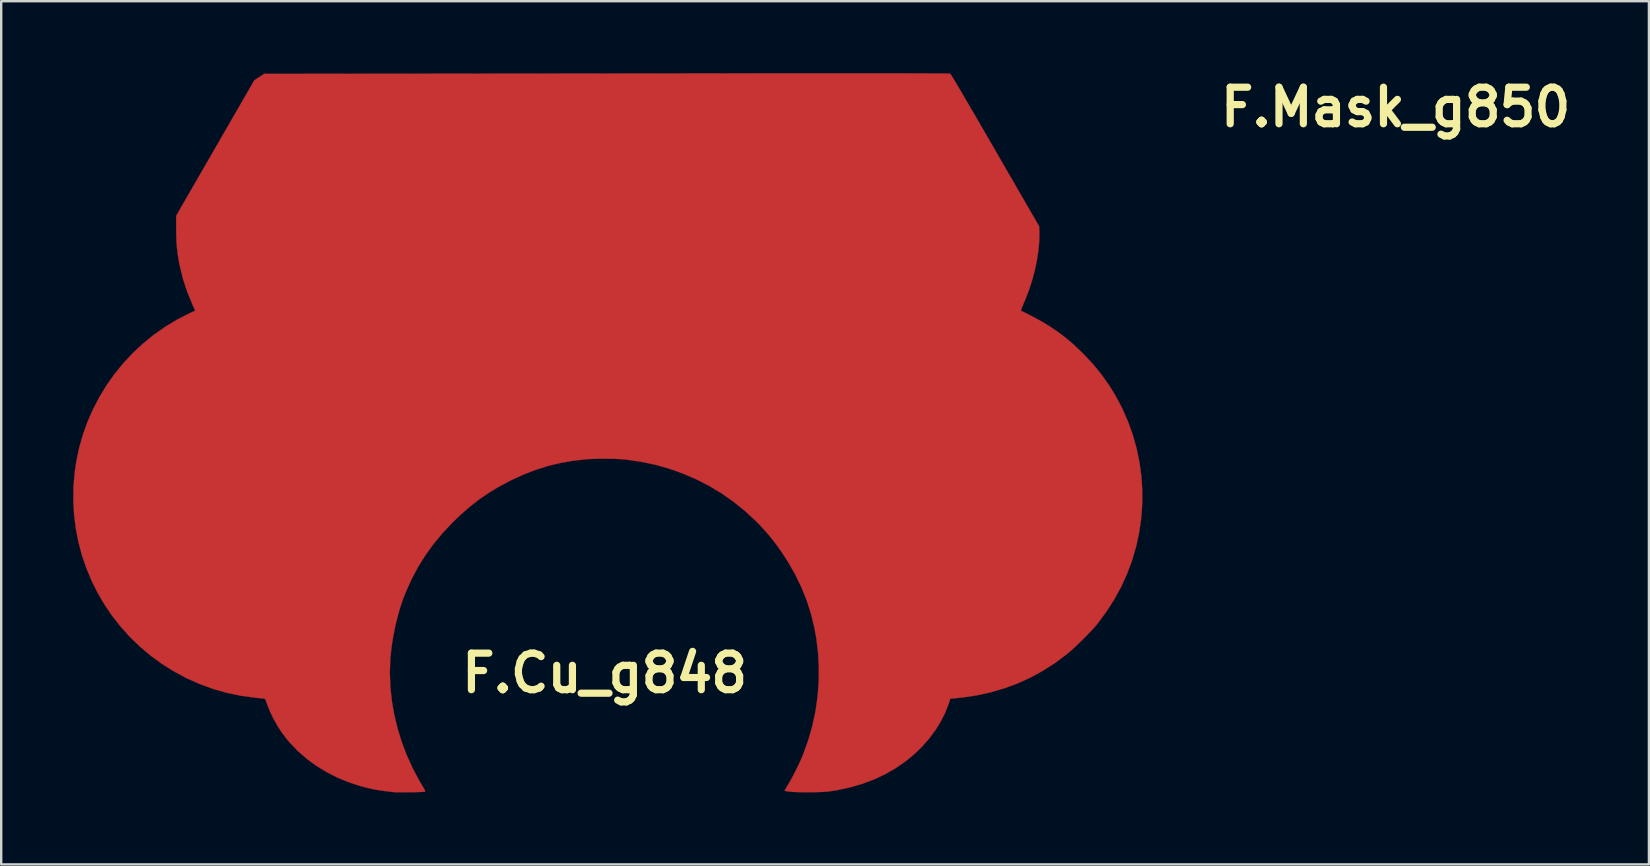
<source format=kicad_pcb>
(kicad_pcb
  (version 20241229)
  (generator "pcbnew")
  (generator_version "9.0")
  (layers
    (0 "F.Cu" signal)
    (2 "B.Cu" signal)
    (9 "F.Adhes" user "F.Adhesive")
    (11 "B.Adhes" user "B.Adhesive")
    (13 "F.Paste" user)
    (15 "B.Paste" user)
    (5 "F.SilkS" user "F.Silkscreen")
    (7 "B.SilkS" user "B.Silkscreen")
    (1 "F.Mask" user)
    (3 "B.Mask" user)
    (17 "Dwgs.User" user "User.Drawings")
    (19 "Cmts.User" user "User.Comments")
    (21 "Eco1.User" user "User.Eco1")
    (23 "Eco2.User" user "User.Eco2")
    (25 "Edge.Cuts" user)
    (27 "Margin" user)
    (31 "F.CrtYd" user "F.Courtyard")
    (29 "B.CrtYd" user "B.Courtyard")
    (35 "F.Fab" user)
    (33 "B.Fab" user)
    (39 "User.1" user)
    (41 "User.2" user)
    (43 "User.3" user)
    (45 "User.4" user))
  (footprint "F.Mask_g850"
    (layer "F.Cu")
    (at 55.109 1.418)
    (property "Reference" "F.Mask_g850" (at 0 0 0) (layer "F.SilkS") (effects (font (size 1.524 1.524) (thickness 0.3))))
    (attr through_hole)
    (fp_poly (pts (xy 3.217 8.434) (xy 3.225 8.494) (xy 3.238 8.584) (xy 3.252 8.699) (xy 3.268 8.833) (xy 3.283 8.958) (xy 3.39 9.817) (xy 3.512 10.639) (xy 3.65 11.425) (xy 3.804 12.176) (xy 3.975 12.894) (xy 4.163 13.581) (xy 4.37 14.238) (xy 4.595 14.868) (xy 4.84 15.473) (xy 5.105 16.053) (xy 5.39 16.61) (xy 5.697 17.148) (xy 6.025 17.666) (xy 6.376 18.167) (xy 6.725 18.621) (xy 6.984 18.944) (xy 0.134 18.944) (xy -0.504 18.944) (xy -1.102 18.944) (xy -1.66 18.944) (xy -2.18 18.944) (xy -2.662 18.944) (xy -3.11 18.944) (xy -3.523 18.944) (xy -3.903 18.943) (xy -4.251 18.943) (xy -4.57 18.943) (xy -4.86 18.942) (xy -5.122 18.942) (xy -5.358 18.941) (xy -5.569 18.94) (xy -5.757 18.939) (xy -5.923 18.938) (xy -6.068 18.937) (xy -6.194 18.936) (xy -6.302 18.934) (xy -6.393 18.933) (xy -6.469 18.931) (xy -6.531 18.929) (xy -6.581 18.927) (xy -6.619 18.924) (xy -6.647 18.922) (xy -6.667 18.919) (xy -6.679 18.916) (xy -6.686 18.913) (xy -6.688 18.91) (xy -6.687 18.906) (xy -6.686 18.904) (xy -6.663 18.874) (xy -6.619 18.817) (xy -6.559 18.742) (xy -6.489 18.654) (xy -6.455 18.613) (xy -6.041 18.067) (xy -5.656 17.495) (xy -5.299 16.896) (xy -4.97 16.268) (xy -4.667 15.609) (xy -4.389 14.917) (xy -4.375 14.88) (xy -4.203 14.393) (xy -4.04 13.883) (xy -3.887 13.347) (xy -3.741 12.784) (xy -3.604 12.191) (xy -3.474 11.565) (xy -3.351 10.906) (xy -3.235 10.209) (xy -3.124 9.473) (xy -3.091 9.239) (xy -3.069 9.078) (xy -3.048 8.928) (xy -3.029 8.796) (xy -3.013 8.687) (xy -3.001 8.607) (xy -2.994 8.561) (xy -2.993 8.554) (xy -2.99 8.536) (xy -2.985 8.523) (xy -2.973 8.516) (xy -2.949 8.516) (xy -2.907 8.525) (xy -2.843 8.542) (xy -2.75 8.569) (xy -2.624 8.607) (xy -2.572 8.622) (xy -1.996 8.772) (xy -1.408 8.882) (xy -0.812 8.952) (xy -0.211 8.983) (xy 0.393 8.975) (xy 0.996 8.927) (xy 1.595 8.84) (xy 2.187 8.714) (xy 2.768 8.549) (xy 2.982 8.477) (xy 3.071 8.447) (xy 3.145 8.425) (xy 3.194 8.412) (xy 3.211 8.411) (xy 3.217 8.434)) (stroke (width 0.01) (type solid)) (fill yes) (layer "F.Mask")))
  (footprint "F.Cu_g848"
    (layer "F.Cu")
    (at 22.146 25.001)
    (property "Reference" "F.Cu_g848" (at 0 0 0) (layer "F.SilkS") (effects (font (size 1.524 1.524) (thickness 0.3))))
    (attr through_hole)
    (fp_poly (pts (xy 10.392 -24.996) (xy 10.858 -24.996) (xy 11.292 -24.995) (xy 11.694 -24.995) (xy 12.065 -24.995) (xy 12.406 -24.994) (xy 12.718 -24.994) (xy 13 -24.993) (xy 13.255 -24.992) (xy 13.482 -24.991) (xy 13.682 -24.99) (xy 13.855 -24.989) (xy 14.003 -24.988) (xy 14.127 -24.987) (xy 14.226 -24.986) (xy 14.301 -24.984) (xy 14.354 -24.983) (xy 14.384 -24.981) (xy 14.393 -24.98) (xy 14.41 -24.957) (xy 14.42 -24.955) (xy 14.433 -24.937) (xy 14.466 -24.884) (xy 14.519 -24.798) (xy 14.589 -24.681) (xy 14.675 -24.535) (xy 14.778 -24.361) (xy 14.895 -24.162) (xy 15.025 -23.94) (xy 15.168 -23.695) (xy 15.322 -23.431) (xy 15.487 -23.149) (xy 15.66 -22.851) (xy 15.841 -22.538) (xy 16.03 -22.213) (xy 16.224 -21.878) (xy 16.277 -21.785) (xy 18.108 -18.616) (xy 18.115 -18.352) (xy 18.109 -17.991) (xy 18.074 -17.606) (xy 18.013 -17.206) (xy 17.927 -16.795) (xy 17.817 -16.38) (xy 17.684 -15.97) (xy 17.53 -15.569) (xy 17.47 -15.428) (xy 17.424 -15.321) (xy 17.387 -15.228) (xy 17.36 -15.155) (xy 17.348 -15.11) (xy 17.348 -15.098) (xy 17.4 -15.077) (xy 17.482 -15.039) (xy 17.587 -14.987) (xy 17.708 -14.925) (xy 17.837 -14.858) (xy 17.969 -14.788) (xy 18.095 -14.719) (xy 18.209 -14.655) (xy 18.299 -14.603) (xy 18.636 -14.392) (xy 18.949 -14.175) (xy 19.248 -13.945) (xy 19.542 -13.693) (xy 19.84 -13.413) (xy 19.95 -13.305) (xy 20.346 -12.882) (xy 20.705 -12.443) (xy 21.03 -11.984) (xy 21.293 -11.556) (xy 21.569 -11.031) (xy 21.807 -10.492) (xy 22.005 -9.939) (xy 22.164 -9.376) (xy 22.284 -8.805) (xy 22.364 -8.227) (xy 22.403 -7.645) (xy 22.403 -7.06) (xy 22.362 -6.476) (xy 22.28 -5.894) (xy 22.158 -5.317) (xy 21.994 -4.745) (xy 21.972 -4.678) (xy 21.766 -4.128) (xy 21.521 -3.592) (xy 21.236 -3.072) (xy 20.911 -2.566) (xy 20.547 -2.074) (xy 20.537 -2.061) (xy 20.44 -1.945) (xy 20.316 -1.808) (xy 20.173 -1.656) (xy 20.017 -1.496) (xy 19.854 -1.333) (xy 19.69 -1.176) (xy 19.533 -1.028) (xy 19.388 -0.898) (xy 19.261 -0.792) (xy 19.246 -0.78) (xy 18.763 -0.421) (xy 18.264 -0.101) (xy 17.749 0.181) (xy 17.217 0.424) (xy 16.667 0.628) (xy 16.099 0.795) (xy 15.512 0.924) (xy 14.906 1.015) (xy 14.573 1.049) (xy 14.404 1.063) (xy 14.333 1.278) (xy 14.19 1.65) (xy 14.006 2.016) (xy 13.785 2.373) (xy 13.53 2.717) (xy 13.243 3.046) (xy 12.926 3.355) (xy 12.583 3.641) (xy 12.537 3.676) (xy 12.122 3.962) (xy 11.682 4.214) (xy 11.219 4.431) (xy 10.731 4.614) (xy 10.219 4.762) (xy 9.682 4.877) (xy 9.377 4.925) (xy 9.26 4.937) (xy 9.11 4.948) (xy 8.935 4.955) (xy 8.744 4.961) (xy 8.545 4.963) (xy 8.346 4.963) (xy 8.156 4.961) (xy 7.982 4.956) (xy 7.833 4.948) (xy 7.716 4.937) (xy 7.705 4.936) (xy 7.619 4.924) (xy 7.55 4.913) (xy 7.508 4.905) (xy 7.499 4.903) (xy 7.508 4.884) (xy 7.534 4.835) (xy 7.576 4.762) (xy 7.629 4.672) (xy 7.665 4.613) (xy 7.783 4.407) (xy 7.907 4.174) (xy 8.03 3.927) (xy 8.146 3.681) (xy 8.247 3.447) (xy 8.272 3.387) (xy 8.482 2.805) (xy 8.652 2.212) (xy 8.782 1.609) (xy 8.871 0.999) (xy 8.92 0.385) (xy 8.928 -0.231) (xy 8.895 -0.846) (xy 8.82 -1.459) (xy 8.739 -1.903) (xy 8.6 -2.472) (xy 8.422 -3.029) (xy 8.203 -3.573) (xy 7.945 -4.106) (xy 7.645 -4.631) (xy 7.577 -4.739) (xy 7.359 -5.072) (xy 7.144 -5.373) (xy 6.926 -5.654) (xy 6.695 -5.924) (xy 6.444 -6.194) (xy 6.299 -6.34) (xy 5.851 -6.756) (xy 5.378 -7.138) (xy 4.881 -7.486) (xy 4.362 -7.8) (xy 3.822 -8.077) (xy 3.264 -8.318) (xy 2.689 -8.522) (xy 2.099 -8.688) (xy 1.495 -8.814) (xy 0.88 -8.901) (xy 0.868 -8.903) (xy 0.697 -8.917) (xy 0.494 -8.928) (xy 0.269 -8.934) (xy 0.033 -8.937) (xy -0.203 -8.936) (xy -0.43 -8.931) (xy -0.637 -8.922) (xy -0.773 -8.913) (xy -1.325 -8.85) (xy -1.856 -8.757) (xy -2.371 -8.632) (xy -2.879 -8.471) (xy -3.385 -8.275) (xy -3.896 -8.04) (xy -3.958 -8.009) (xy -4.407 -7.77) (xy -4.826 -7.517) (xy -5.223 -7.245) (xy -5.606 -6.947) (xy -5.983 -6.619) (xy -6.329 -6.287) (xy -6.747 -5.844) (xy -7.126 -5.389) (xy -7.467 -4.918) (xy -7.772 -4.43) (xy -8.043 -3.922) (xy -8.283 -3.389) (xy -8.395 -3.104) (xy -8.517 -2.746) (xy -8.629 -2.357) (xy -8.727 -1.949) (xy -8.81 -1.531) (xy -8.876 -1.116) (xy -8.921 -0.713) (xy -8.931 -0.589) (xy -8.951 -0.021) (xy -8.931 0.554) (xy -8.871 1.131) (xy -8.772 1.708) (xy -8.635 2.282) (xy -8.462 2.849) (xy -8.252 3.406) (xy -8.007 3.949) (xy -7.727 4.476) (xy -7.622 4.654) (xy -7.559 4.759) (xy -7.515 4.834) (xy -7.49 4.883) (xy -7.479 4.914) (xy -7.482 4.931) (xy -7.495 4.94) (xy -7.501 4.942) (xy -7.534 4.946) (xy -7.603 4.95) (xy -7.7 4.953) (xy -7.819 4.957) (xy -7.954 4.96) (xy -8.097 4.962) (xy -8.242 4.964) (xy -8.381 4.965) (xy -8.509 4.966) (xy -8.617 4.965) (xy -8.701 4.964) (xy -8.751 4.961) (xy -8.752 4.961) (xy -9.03 4.93) (xy -9.275 4.898) (xy -9.496 4.863) (xy -9.703 4.823) (xy -9.905 4.777) (xy -10.111 4.723) (xy -10.192 4.7) (xy -10.682 4.54) (xy -11.15 4.345) (xy -11.595 4.118) (xy -12.015 3.86) (xy -12.408 3.572) (xy -12.772 3.256) (xy -13.105 2.911) (xy -13.248 2.744) (xy -13.441 2.488) (xy -13.624 2.208) (xy -13.791 1.914) (xy -13.935 1.619) (xy -14.05 1.332) (xy -14.063 1.296) (xy -14.101 1.189) (xy -14.131 1.117) (xy -14.155 1.075) (xy -14.175 1.059) (xy -14.181 1.058) (xy -14.214 1.056) (xy -14.281 1.051) (xy -14.374 1.042) (xy -14.483 1.032) (xy -14.539 1.026) (xy -15.137 0.945) (xy -15.722 0.825) (xy -16.293 0.664) (xy -16.85 0.463) (xy -17.392 0.223) (xy -17.455 0.192) (xy -17.978 -0.091) (xy -18.475 -0.406) (xy -18.944 -0.75) (xy -19.384 -1.124) (xy -19.796 -1.524) (xy -20.177 -1.949) (xy -20.528 -2.397) (xy -20.846 -2.866) (xy -21.132 -3.356) (xy -21.384 -3.863) (xy -21.602 -4.387) (xy -21.784 -4.925) (xy -21.93 -5.475) (xy -22.038 -6.037) (xy -22.109 -6.608) (xy -22.141 -7.187) (xy -22.133 -7.772) (xy -22.084 -8.36) (xy -22.023 -8.784) (xy -21.905 -9.357) (xy -21.748 -9.917) (xy -21.553 -10.463) (xy -21.321 -10.993) (xy -21.054 -11.505) (xy -20.754 -11.997) (xy -20.421 -12.467) (xy -20.057 -12.914) (xy -19.664 -13.335) (xy -19.242 -13.729) (xy -18.795 -14.093) (xy -18.322 -14.426) (xy -17.825 -14.727) (xy -17.307 -14.992) (xy -17.272 -15.008) (xy -17.189 -15.046) (xy -17.121 -15.078) (xy -17.077 -15.098) (xy -17.065 -15.103) (xy -17.072 -15.123) (xy -17.093 -15.173) (xy -17.125 -15.248) (xy -17.166 -15.34) (xy -17.179 -15.368) (xy -17.392 -15.886) (xy -17.565 -16.412) (xy -17.699 -16.954) (xy -17.715 -17.029) (xy -17.76 -17.269) (xy -17.795 -17.492) (xy -17.82 -17.708) (xy -17.838 -17.929) (xy -17.848 -18.167) (xy -17.853 -18.432) (xy -17.853 -18.51) (xy -17.854 -19.061) (xy -14.596 -24.708) (xy -14.393 -24.84) (xy -14.189 -24.973) (xy 0.102 -24.988) (xy 1.09 -24.989) (xy 2.037 -24.99) (xy 2.943 -24.991) (xy 3.808 -24.992) (xy 4.634 -24.993) (xy 5.42 -24.994) (xy 6.169 -24.994) (xy 6.88 -24.995) (xy 7.553 -24.995) (xy 8.191 -24.995) (xy 8.793 -24.995) (xy 9.36 -24.996) (xy 9.893 -24.996) (xy 10.392 -24.996)) (stroke (width 0.01) (type solid)) (fill yes) (layer "F.Cu")))
  (gr_rect
    (start -3 -3)
    (end 65.663 32.972)
    (stroke (width 0.1) (type default))
    (fill no)
    (layer "Edge.Cuts")))
</source>
